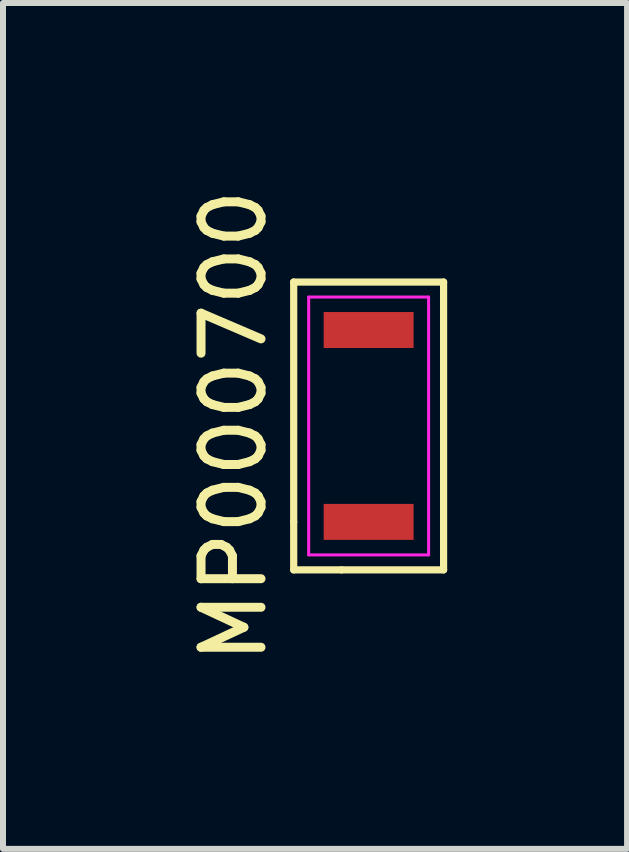
<source format=kicad_pcb>
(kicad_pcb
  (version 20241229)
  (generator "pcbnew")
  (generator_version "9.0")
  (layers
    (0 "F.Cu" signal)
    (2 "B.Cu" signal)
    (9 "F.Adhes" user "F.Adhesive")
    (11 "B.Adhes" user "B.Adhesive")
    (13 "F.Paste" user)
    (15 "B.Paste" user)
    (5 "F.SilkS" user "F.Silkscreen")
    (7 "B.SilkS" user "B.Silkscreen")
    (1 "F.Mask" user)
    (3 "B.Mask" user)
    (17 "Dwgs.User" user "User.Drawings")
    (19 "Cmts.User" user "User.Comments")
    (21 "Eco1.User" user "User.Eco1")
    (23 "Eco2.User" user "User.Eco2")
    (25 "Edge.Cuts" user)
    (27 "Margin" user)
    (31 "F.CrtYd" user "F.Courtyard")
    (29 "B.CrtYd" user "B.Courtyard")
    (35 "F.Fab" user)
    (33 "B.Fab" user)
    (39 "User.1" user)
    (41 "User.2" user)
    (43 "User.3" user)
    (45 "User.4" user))
  (footprint "MP000700"
    (layer "F.Cu")
    (at 3.098 4.054)
    (property "Reference" "MP000700" (at -2.25 0 90) (layer "F.SilkS") (effects (font (size 1 1) (thickness 0.15))))
    (attr smd)
    (fp_line (start -1.25 -2.4) (end 1.25 -2.4) (stroke (width 0.12) (type solid)) (layer "F.SilkS"))
    (fp_line (start -1.25 1.6) (end -1.25 -2.4) (stroke (width 0.12) (type solid)) (layer "F.SilkS"))
    (fp_line (start -1.25 1.6) (end -1.25 2.4) (stroke (width 0.12) (type solid)) (layer "F.SilkS"))
    (fp_line (start -0.45 2.4) (end -1.25 2.4) (stroke (width 0.12) (type solid)) (layer "F.SilkS"))
    (fp_line (start 1.25 -2.4) (end 1.25 2.4) (stroke (width 0.12) (type solid)) (layer "F.SilkS"))
    (fp_line (start 1.25 2.4) (end -0.45 2.4) (stroke (width 0.12) (type solid)) (layer "F.SilkS"))
    (fp_line (start -1 -2.15) (end 1 -2.15) (stroke (width 0.05) (type solid)) (layer "F.CrtYd"))
    (fp_line (start -1 2.15) (end -1 -2.15) (stroke (width 0.05) (type solid)) (layer "F.CrtYd"))
    (fp_line (start 1 -2.15) (end 1 2.15) (stroke (width 0.05) (type solid)) (layer "F.CrtYd"))
    (fp_line (start 1 2.15) (end -1 2.15) (stroke (width 0.05) (type solid)) (layer "F.CrtYd"))
    (pad "1" smd rect (at 0 1.6) (size 1.5 0.6) (layers "F.Cu" "F.Mask" "F.Paste"))
    (pad "2" smd rect (at 0 -1.6) (size 1.5 0.6) (layers "F.Cu" "F.Mask" "F.Paste")))
  (gr_rect
    (start -3 -3)
    (end 7.408 11.107)
    (stroke (width 0.1) (type default))
    (fill no)
    (layer "Edge.Cuts")))
</source>
